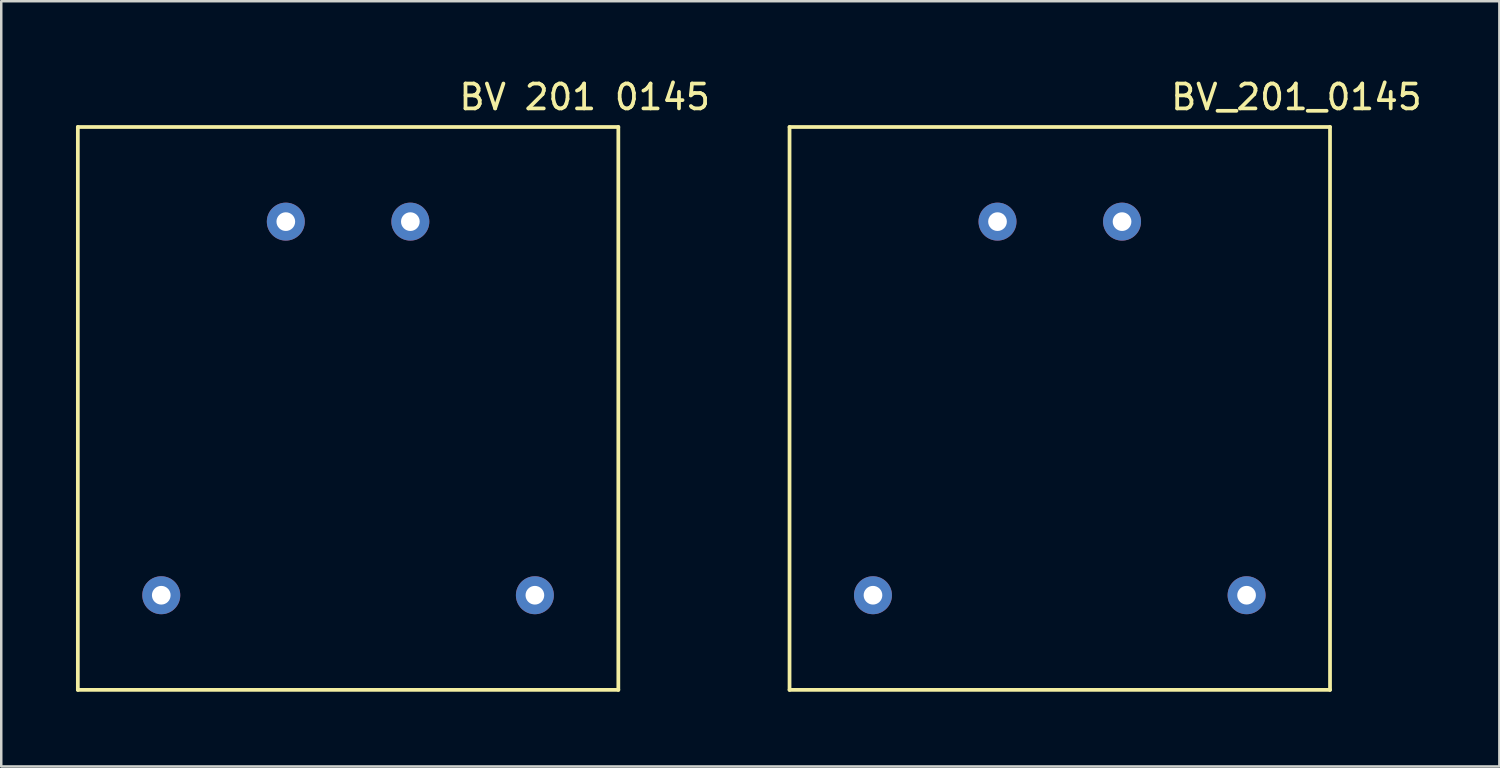
<source format=kicad_pcb>
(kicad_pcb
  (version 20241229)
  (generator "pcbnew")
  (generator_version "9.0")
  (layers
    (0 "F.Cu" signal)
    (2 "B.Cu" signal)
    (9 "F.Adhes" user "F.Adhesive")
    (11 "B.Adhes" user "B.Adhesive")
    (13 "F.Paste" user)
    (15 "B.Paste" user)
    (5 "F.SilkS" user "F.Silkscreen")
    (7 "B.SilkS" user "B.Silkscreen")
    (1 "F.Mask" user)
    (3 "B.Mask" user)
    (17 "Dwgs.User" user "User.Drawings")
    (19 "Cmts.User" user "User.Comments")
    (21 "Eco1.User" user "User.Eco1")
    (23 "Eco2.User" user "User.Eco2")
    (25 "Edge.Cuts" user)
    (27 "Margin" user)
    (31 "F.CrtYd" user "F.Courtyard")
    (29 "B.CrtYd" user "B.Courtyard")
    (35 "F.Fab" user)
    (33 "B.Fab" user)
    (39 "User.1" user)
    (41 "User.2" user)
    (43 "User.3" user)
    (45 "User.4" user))
  (footprint "BV_201_0145"
    (layer "F.Cu")
    (at 31.999 20.848)
    (property "Reference" "BV_201_0145" (at 17 -20 0) (layer "F.SilkS") (effects (font (size 1 1) (thickness 0.15))))
    (attr through_hole)
    (fp_line (start -3.35 -18.8) (end -3.35 3.8) (stroke (width 0.15) (type solid)) (layer "F.SilkS"))
    (fp_line (start -3.35 3.8) (end 18.35 3.8) (stroke (width 0.15) (type solid)) (layer "F.SilkS"))
    (fp_line (start 18.35 -18.8) (end -3.35 -18.8) (stroke (width 0.15) (type solid)) (layer "F.SilkS"))
    (fp_line (start 18.35 3.8) (end 18.35 -18.8) (stroke (width 0.15) (type solid)) (layer "F.SilkS"))
    (pad "1" thru_hole circle (at 0 0) (size 1.524 1.524) (drill 0.75) (layers "*.Cu" "*.Mask"))
    (pad "2" thru_hole circle (at 15 0) (size 1.524 1.524) (drill 0.75) (layers "*.Cu" "*.Mask"))
    (pad "3" thru_hole circle (at 10 -15) (size 1.524 1.524) (drill 0.75) (layers "*.Cu" "*.Mask"))
    (pad "4" thru_hole circle (at 5 -15) (size 1.524 1.524) (drill 0.75) (layers "*.Cu" "*.Mask")))
  (footprint "BV 201 0145"
    (layer "F.Cu")
    (at 3.425 20.848)
    (property "Reference" "BV 201 0145" (at 17 -20 0) (layer "F.SilkS") (effects (font (size 1 1) (thickness 0.15))))
    (attr through_hole)
    (fp_line (start -3.35 -18.8) (end -3.35 3.8) (stroke (width 0.15) (type solid)) (layer "F.SilkS"))
    (fp_line (start -3.35 3.8) (end 18.35 3.8) (stroke (width 0.15) (type solid)) (layer "F.SilkS"))
    (fp_line (start 18.35 -18.8) (end -3.35 -18.8) (stroke (width 0.15) (type solid)) (layer "F.SilkS"))
    (fp_line (start 18.35 3.8) (end 18.35 -18.8) (stroke (width 0.15) (type solid)) (layer "F.SilkS"))
    (pad "1" thru_hole circle (at 0 0) (size 1.524 1.524) (drill 0.75) (layers "*.Cu" "*.Mask"))
    (pad "2" thru_hole circle (at 15 0) (size 1.524 1.524) (drill 0.75) (layers "*.Cu" "*.Mask"))
    (pad "3" thru_hole circle (at 10 -15) (size 1.524 1.524) (drill 0.75) (layers "*.Cu" "*.Mask"))
    (pad "4" thru_hole circle (at 5 -15) (size 1.524 1.524) (drill 0.75) (layers "*.Cu" "*.Mask")))
  (gr_rect
    (start -3 -3)
    (end 57.148 27.723)
    (stroke (width 0.1) (type default))
    (fill no)
    (layer "Edge.Cuts")))
</source>
